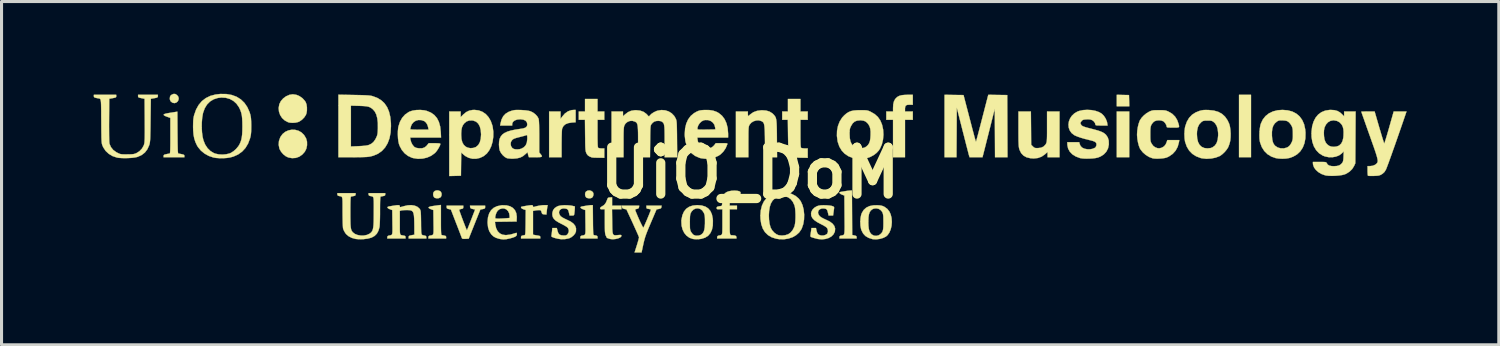
<source format=kicad_pcb>
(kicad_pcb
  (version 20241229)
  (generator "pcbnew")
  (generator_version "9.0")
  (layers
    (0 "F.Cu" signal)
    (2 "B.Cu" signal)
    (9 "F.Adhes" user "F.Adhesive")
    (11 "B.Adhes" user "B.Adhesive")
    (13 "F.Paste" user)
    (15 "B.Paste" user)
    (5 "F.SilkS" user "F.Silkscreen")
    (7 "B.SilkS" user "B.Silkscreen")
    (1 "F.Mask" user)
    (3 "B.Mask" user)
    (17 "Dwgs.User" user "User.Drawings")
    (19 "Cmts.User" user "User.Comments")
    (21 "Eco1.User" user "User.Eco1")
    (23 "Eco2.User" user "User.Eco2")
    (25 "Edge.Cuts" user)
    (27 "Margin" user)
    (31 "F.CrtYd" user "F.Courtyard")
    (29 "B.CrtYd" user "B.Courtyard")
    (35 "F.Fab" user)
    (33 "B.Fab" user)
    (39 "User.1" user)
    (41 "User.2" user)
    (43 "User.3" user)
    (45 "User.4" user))
  (footprint "UiO_DoM"
    (layer "F.Cu")
    (at 21.358 2.576)
    (property "Reference" "UiO_DoM" (at 0 0 0) (layer "F.SilkS") (effects (font (size 1.524 1.524) (thickness 0.3))))
    (attr through_hole)
    (fp_poly (pts (xy 12.344 -0.508) (xy 11.938 -0.508) (xy 11.938 -1.998) (xy 12.344 -1.998) (xy 12.344 -0.508)) (stroke (width 0.01) (type solid)) (fill yes) (layer "F.SilkS"))
    (fp_poly (pts (xy 16.307 -0.508) (xy 15.917 -0.508) (xy 15.917 -2.54) (xy 16.307 -2.54) (xy 16.307 -0.508)) (stroke (width 0.01) (type solid)) (fill yes) (layer "F.SilkS"))
    (fp_poly (pts (xy 12.137 -2.536) (xy 12.336 -2.532) (xy 12.341 -2.349) (xy 12.346 -2.167) (xy 11.938 -2.167) (xy 11.938 -2.541) (xy 12.137 -2.536)) (stroke (width 0.01) (type solid)) (fill yes) (layer "F.SilkS"))
    (fp_poly (pts (xy -10.143 0.572) (xy -10.087 0.593) (xy -10.059 0.618) (xy -10.037 0.667) (xy -10.036 0.725) (xy -10.056 0.777) (xy -10.074 0.798) (xy -10.127 0.823) (xy -10.19 0.829) (xy -10.248 0.816) (xy -10.279 0.796) (xy -10.305 0.748) (xy -10.312 0.688) (xy -10.297 0.63) (xy -10.296 0.627) (xy -10.258 0.589) (xy -10.204 0.571) (xy -10.143 0.572)) (stroke (width 0.01) (type solid)) (fill yes) (layer "F.SilkS"))
    (fp_poly (pts (xy -18.698 -2.565) (xy -18.645 -2.53) (xy -18.605 -2.479) (xy -18.592 -2.423) (xy -18.602 -2.367) (xy -18.631 -2.319) (xy -18.675 -2.285) (xy -18.729 -2.27) (xy -18.789 -2.281) (xy -18.804 -2.289) (xy -18.856 -2.331) (xy -18.879 -2.389) (xy -18.881 -2.415) (xy -18.875 -2.478) (xy -18.854 -2.518) (xy -18.813 -2.548) (xy -18.812 -2.549) (xy -18.751 -2.571) (xy -18.698 -2.565)) (stroke (width 0.01) (type solid)) (fill yes) (layer "F.SilkS"))
    (fp_poly (pts (xy -5.165 0.587) (xy -5.119 0.62) (xy -5.096 0.66) (xy -5.094 0.716) (xy -5.111 0.771) (xy -5.142 0.809) (xy -5.148 0.813) (xy -5.204 0.829) (xy -5.266 0.826) (xy -5.319 0.808) (xy -5.334 0.796) (xy -5.36 0.749) (xy -5.367 0.688) (xy -5.353 0.63) (xy -5.351 0.627) (xy -5.324 0.6) (xy -5.282 0.578) (xy -5.281 0.577) (xy -5.223 0.571) (xy -5.165 0.587)) (stroke (width 0.01) (type solid)) (fill yes) (layer "F.SilkS"))
    (fp_poly (pts (xy -5.673 -1.647) (xy -5.798 -1.638) (xy -5.915 -1.619) (xy -6.006 -1.582) (xy -6.07 -1.525) (xy -6.11 -1.448) (xy -6.113 -1.438) (xy -6.118 -1.406) (xy -6.122 -1.345) (xy -6.125 -1.26) (xy -6.128 -1.158) (xy -6.129 -1.043) (xy -6.13 -0.944) (xy -6.13 -0.508) (xy -6.536 -0.508) (xy -6.536 -1.998) (xy -6.164 -1.998) (xy -6.164 -1.756) (xy -6.111 -1.83) (xy -6.023 -1.932) (xy -5.923 -2.002) (xy -5.812 -2.041) (xy -5.729 -2.049) (xy -5.673 -2.049) (xy -5.673 -1.647)) (stroke (width 0.01) (type solid)) (fill yes) (layer "F.SilkS"))
    (fp_poly (pts (xy 5.3 -2.218) (xy 5.2 -2.218) (xy 5.126 -2.214) (xy 5.08 -2.196) (xy 5.055 -2.161) (xy 5.046 -2.102) (xy 5.046 -2.082) (xy 5.046 -1.998) (xy 5.3 -1.998) (xy 5.3 -1.727) (xy 5.046 -1.727) (xy 5.046 -0.508) (xy 4.657 -0.508) (xy 4.657 -1.727) (xy 4.437 -1.727) (xy 4.437 -1.998) (xy 4.657 -1.998) (xy 4.657 -2.109) (xy 4.663 -2.228) (xy 4.685 -2.322) (xy 4.723 -2.397) (xy 4.758 -2.438) (xy 4.81 -2.481) (xy 4.871 -2.51) (xy 4.947 -2.529) (xy 5.045 -2.538) (xy 5.138 -2.54) (xy 5.3 -2.54) (xy 5.3 -2.218)) (stroke (width 0.01) (type solid)) (fill yes) (layer "F.SilkS"))
    (fp_poly (pts (xy -14.802 -1.4) (xy -14.695 -1.371) (xy -14.597 -1.316) (xy -14.513 -1.234) (xy -14.509 -1.228) (xy -14.447 -1.124) (xy -14.416 -1.015) (xy -14.415 -0.9) (xy -14.438 -0.787) (xy -14.487 -0.689) (xy -14.567 -0.599) (xy -14.568 -0.597) (xy -14.668 -0.527) (xy -14.781 -0.487) (xy -14.902 -0.479) (xy -15.026 -0.502) (xy -15.109 -0.542) (xy -15.19 -0.607) (xy -15.259 -0.687) (xy -15.308 -0.774) (xy -15.316 -0.795) (xy -15.338 -0.915) (xy -15.329 -1.038) (xy -15.287 -1.156) (xy -15.28 -1.17) (xy -15.211 -1.265) (xy -15.123 -1.336) (xy -15.022 -1.382) (xy -14.913 -1.404) (xy -14.802 -1.4)) (stroke (width 0.01) (type solid)) (fill yes) (layer "F.SilkS"))
    (fp_poly (pts (xy -14.767 -2.541) (xy -14.661 -2.497) (xy -14.564 -2.429) (xy -14.486 -2.343) (xy -14.456 -2.295) (xy -14.431 -2.222) (xy -14.419 -2.131) (xy -14.419 -2.034) (xy -14.432 -1.945) (xy -14.452 -1.888) (xy -14.507 -1.804) (xy -14.581 -1.729) (xy -14.662 -1.673) (xy -14.707 -1.654) (xy -14.792 -1.634) (xy -14.887 -1.628) (xy -14.976 -1.634) (xy -15.031 -1.648) (xy -15.139 -1.705) (xy -15.226 -1.784) (xy -15.29 -1.882) (xy -15.328 -1.992) (xy -15.339 -2.109) (xy -15.318 -2.228) (xy -15.316 -2.237) (xy -15.266 -2.337) (xy -15.19 -2.424) (xy -15.096 -2.493) (xy -14.991 -2.539) (xy -14.882 -2.557) (xy -14.876 -2.557) (xy -14.767 -2.541)) (stroke (width 0.01) (type solid)) (fill yes) (layer "F.SilkS"))
    (fp_poly (pts (xy 1.643 -1.998) (xy 1.88 -1.998) (xy 1.88 -1.727) (xy 1.643 -1.727) (xy 1.643 -1.282) (xy 1.643 -1.134) (xy 1.645 -1.017) (xy 1.647 -0.93) (xy 1.651 -0.868) (xy 1.657 -0.831) (xy 1.663 -0.816) (xy 1.69 -0.805) (xy 1.739 -0.798) (xy 1.781 -0.796) (xy 1.88 -0.796) (xy 1.88 -0.491) (xy 1.681 -0.492) (xy 1.597 -0.494) (xy 1.521 -0.499) (xy 1.461 -0.505) (xy 1.431 -0.511) (xy 1.351 -0.557) (xy 1.29 -0.628) (xy 1.273 -0.66) (xy 1.265 -0.684) (xy 1.258 -0.717) (xy 1.253 -0.763) (xy 1.249 -0.827) (xy 1.245 -0.912) (xy 1.243 -1.021) (xy 1.24 -1.16) (xy 1.239 -1.223) (xy 1.233 -1.727) (xy 1.05 -1.727) (xy 1.05 -1.998) (xy 1.236 -1.998) (xy 1.236 -2.405) (xy 1.643 -2.405) (xy 1.643 -1.998)) (stroke (width 0.01) (type solid)) (fill yes) (layer "F.SilkS"))
    (fp_poly (pts (xy -4.961 -1.998) (xy -4.741 -1.998) (xy -4.741 -1.727) (xy -4.961 -1.727) (xy -4.961 -1.282) (xy -4.961 -1.134) (xy -4.959 -1.017) (xy -4.957 -0.93) (xy -4.953 -0.868) (xy -4.947 -0.831) (xy -4.941 -0.816) (xy -4.914 -0.805) (xy -4.865 -0.797) (xy -4.831 -0.796) (xy -4.741 -0.796) (xy -4.741 -0.491) (xy -4.932 -0.492) (xy -5.011 -0.494) (xy -5.079 -0.496) (xy -5.127 -0.5) (xy -5.148 -0.503) (xy -5.222 -0.534) (xy -5.272 -0.567) (xy -5.307 -0.61) (xy -5.324 -0.642) (xy -5.334 -0.666) (xy -5.342 -0.692) (xy -5.348 -0.723) (xy -5.353 -0.764) (xy -5.357 -0.819) (xy -5.36 -0.893) (xy -5.362 -0.988) (xy -5.363 -1.111) (xy -5.365 -1.223) (xy -5.37 -1.727) (xy -5.571 -1.727) (xy -5.571 -1.998) (xy -5.368 -1.998) (xy -5.368 -2.405) (xy -4.961 -2.405) (xy -4.961 -1.998)) (stroke (width 0.01) (type solid)) (fill yes) (layer "F.SilkS"))
    (fp_poly (pts (xy 3.323 1.299) (xy 3.327 2.022) (xy 3.399 2.037) (xy 3.445 2.049) (xy 3.466 2.065) (xy 3.471 2.092) (xy 3.471 2.134) (xy 2.913 2.134) (xy 2.913 2.093) (xy 2.92 2.062) (xy 2.948 2.045) (xy 2.968 2.041) (xy 2.997 2.036) (xy 3.021 2.031) (xy 3.04 2.025) (xy 3.055 2.013) (xy 3.065 1.992) (xy 3.073 1.959) (xy 3.077 1.911) (xy 3.08 1.844) (xy 3.081 1.756) (xy 3.08 1.642) (xy 3.079 1.501) (xy 3.078 1.375) (xy 3.073 0.738) (xy 2.997 0.709) (xy 2.951 0.688) (xy 2.921 0.664) (xy 2.916 0.654) (xy 2.914 0.63) (xy 2.916 0.627) (xy 2.934 0.624) (xy 2.977 0.616) (xy 3.038 0.606) (xy 3.065 0.601) (xy 3.138 0.589) (xy 3.206 0.58) (xy 3.255 0.576) (xy 3.264 0.576) (xy 3.319 0.576) (xy 3.323 1.299)) (stroke (width 0.01) (type solid)) (fill yes) (layer "F.SilkS"))
    (fp_poly (pts (xy -10.058 1.531) (xy -10.058 1.679) (xy -10.057 1.797) (xy -10.055 1.887) (xy -10.052 1.951) (xy -10.048 1.993) (xy -10.042 2.016) (xy -10.037 2.023) (xy -10.007 2.03) (xy -9.961 2.038) (xy -9.953 2.04) (xy -9.91 2.051) (xy -9.892 2.069) (xy -9.889 2.092) (xy -9.889 2.134) (xy -10.465 2.134) (xy -10.465 2.093) (xy -10.457 2.062) (xy -10.429 2.045) (xy -10.41 2.041) (xy -10.374 2.034) (xy -10.346 2.028) (xy -10.326 2.018) (xy -10.312 2.001) (xy -10.303 1.971) (xy -10.298 1.925) (xy -10.297 1.859) (xy -10.297 1.769) (xy -10.299 1.65) (xy -10.299 1.612) (xy -10.304 1.212) (xy -10.38 1.184) (xy -10.437 1.158) (xy -10.461 1.134) (xy -10.451 1.114) (xy -10.407 1.096) (xy -10.36 1.086) (xy -10.282 1.074) (xy -10.2 1.062) (xy -10.156 1.056) (xy -10.058 1.045) (xy -10.058 1.531)) (stroke (width 0.01) (type solid)) (fill yes) (layer "F.SilkS"))
    (fp_poly (pts (xy -5.11 1.536) (xy -5.109 1.677) (xy -5.107 1.788) (xy -5.105 1.873) (xy -5.103 1.934) (xy -5.1 1.976) (xy -5.095 2.003) (xy -5.089 2.019) (xy -5.081 2.026) (xy -5.072 2.028) (xy -5.012 2.039) (xy -4.979 2.05) (xy -4.964 2.068) (xy -4.961 2.092) (xy -4.961 2.134) (xy -5.52 2.134) (xy -5.52 2.093) (xy -5.513 2.062) (xy -5.485 2.045) (xy -5.465 2.041) (xy -5.429 2.034) (xy -5.401 2.028) (xy -5.381 2.018) (xy -5.367 2.001) (xy -5.358 1.971) (xy -5.354 1.925) (xy -5.352 1.859) (xy -5.353 1.769) (xy -5.354 1.65) (xy -5.355 1.612) (xy -5.359 1.212) (xy -5.436 1.184) (xy -5.49 1.158) (xy -5.515 1.132) (xy -5.511 1.11) (xy -5.475 1.095) (xy -5.466 1.093) (xy -5.418 1.085) (xy -5.353 1.074) (xy -5.31 1.067) (xy -5.246 1.058) (xy -5.189 1.051) (xy -5.162 1.05) (xy -5.114 1.05) (xy -5.11 1.536)) (stroke (width 0.01) (type solid)) (fill yes) (layer "F.SilkS"))
    (fp_poly (pts (xy 9.148 -1.457) (xy 9.152 -0.915) (xy 9.208 -0.86) (xy 9.241 -0.829) (xy 9.272 -0.813) (xy 9.313 -0.806) (xy 9.37 -0.806) (xy 9.475 -0.819) (xy 9.557 -0.857) (xy 9.618 -0.92) (xy 9.636 -0.949) (xy 9.645 -0.97) (xy 9.653 -0.994) (xy 9.659 -1.024) (xy 9.663 -1.065) (xy 9.666 -1.121) (xy 9.668 -1.196) (xy 9.669 -1.295) (xy 9.669 -1.42) (xy 9.669 -1.506) (xy 9.669 -1.998) (xy 10.075 -1.998) (xy 10.075 -0.508) (xy 9.686 -0.508) (xy 9.686 -0.68) (xy 9.601 -0.604) (xy 9.494 -0.529) (xy 9.373 -0.484) (xy 9.236 -0.469) (xy 9.124 -0.477) (xy 9.001 -0.507) (xy 8.903 -0.562) (xy 8.827 -0.642) (xy 8.775 -0.746) (xy 8.765 -0.778) (xy 8.757 -0.81) (xy 8.751 -0.85) (xy 8.746 -0.902) (xy 8.743 -0.968) (xy 8.74 -1.053) (xy 8.739 -1.161) (xy 8.738 -1.295) (xy 8.738 -1.436) (xy 8.738 -1.998) (xy 9.143 -1.998) (xy 9.148 -1.457)) (stroke (width 0.01) (type solid)) (fill yes) (layer "F.SilkS"))
    (fp_poly (pts (xy -18.631 -1.309) (xy -18.629 -1.136) (xy -18.628 -0.995) (xy -18.626 -0.881) (xy -18.624 -0.793) (xy -18.622 -0.726) (xy -18.618 -0.68) (xy -18.614 -0.649) (xy -18.609 -0.633) (xy -18.603 -0.627) (xy -18.602 -0.627) (xy -18.572 -0.623) (xy -18.523 -0.614) (xy -18.492 -0.608) (xy -18.441 -0.595) (xy -18.415 -0.581) (xy -18.407 -0.559) (xy -18.407 -0.549) (xy -18.407 -0.508) (xy -19.084 -0.508) (xy -19.084 -0.549) (xy -19.079 -0.574) (xy -19.061 -0.591) (xy -19.019 -0.603) (xy -18.998 -0.608) (xy -18.944 -0.619) (xy -18.902 -0.625) (xy -18.888 -0.627) (xy -18.882 -0.631) (xy -18.876 -0.645) (xy -18.872 -0.672) (xy -18.869 -0.716) (xy -18.867 -0.779) (xy -18.865 -0.865) (xy -18.864 -0.977) (xy -18.864 -1.118) (xy -18.864 -1.208) (xy -18.864 -1.789) (xy -18.975 -1.828) (xy -19.037 -1.853) (xy -19.071 -1.873) (xy -19.081 -1.892) (xy -19.08 -1.894) (xy -19.071 -1.907) (xy -19.044 -1.919) (xy -18.995 -1.932) (xy -18.921 -1.946) (xy -18.855 -1.957) (xy -18.635 -1.992) (xy -18.631 -1.309)) (stroke (width 0.01) (type solid)) (fill yes) (layer "F.SilkS"))
    (fp_poly (pts (xy -4.487 1.067) (xy -4.183 1.067) (xy -4.183 1.185) (xy -4.489 1.185) (xy -4.484 1.585) (xy -4.482 1.721) (xy -4.48 1.827) (xy -4.475 1.906) (xy -4.467 1.962) (xy -4.453 1.999) (xy -4.433 2.021) (xy -4.404 2.03) (xy -4.365 2.031) (xy -4.315 2.027) (xy -4.297 2.025) (xy -4.236 2.02) (xy -4.202 2.021) (xy -4.187 2.029) (xy -4.183 2.045) (xy -4.183 2.05) (xy -4.198 2.083) (xy -4.24 2.112) (xy -4.301 2.135) (xy -4.374 2.152) (xy -4.45 2.159) (xy -4.523 2.156) (xy -4.58 2.143) (xy -4.623 2.127) (xy -4.65 2.118) (xy -4.653 2.117) (xy -4.663 2.103) (xy -4.68 2.067) (xy -4.691 2.045) (xy -4.702 2.018) (xy -4.71 1.989) (xy -4.715 1.952) (xy -4.72 1.901) (xy -4.722 1.833) (xy -4.723 1.743) (xy -4.724 1.625) (xy -4.724 1.579) (xy -4.724 1.185) (xy -4.801 1.185) (xy -4.848 1.183) (xy -4.871 1.174) (xy -4.877 1.154) (xy -4.877 1.152) (xy -4.86 1.118) (xy -4.822 1.095) (xy -4.746 1.046) (xy -4.689 0.971) (xy -4.656 0.894) (xy -4.637 0.843) (xy -4.62 0.815) (xy -4.595 0.804) (xy -4.556 0.799) (xy -4.487 0.794) (xy -4.487 1.067)) (stroke (width 0.01) (type solid)) (fill yes) (layer "F.SilkS"))
    (fp_poly (pts (xy 0.525 -2.028) (xy 0.636 -1.995) (xy 0.726 -1.939) (xy 0.75 -1.917) (xy 0.78 -1.886) (xy 0.805 -1.856) (xy 0.825 -1.826) (xy 0.841 -1.79) (xy 0.852 -1.746) (xy 0.861 -1.69) (xy 0.867 -1.618) (xy 0.871 -1.526) (xy 0.874 -1.411) (xy 0.876 -1.269) (xy 0.877 -1.113) (xy 0.882 -0.508) (xy 0.495 -0.508) (xy 0.488 -1.029) (xy 0.486 -1.188) (xy 0.483 -1.316) (xy 0.479 -1.418) (xy 0.473 -1.497) (xy 0.465 -1.556) (xy 0.454 -1.6) (xy 0.44 -1.631) (xy 0.421 -1.654) (xy 0.397 -1.671) (xy 0.373 -1.685) (xy 0.293 -1.708) (xy 0.205 -1.706) (xy 0.118 -1.68) (xy 0.043 -1.633) (xy -0.012 -1.568) (xy -0.012 -1.566) (xy -0.023 -1.546) (xy -0.032 -1.525) (xy -0.038 -1.499) (xy -0.043 -1.464) (xy -0.046 -1.417) (xy -0.049 -1.352) (xy -0.05 -1.267) (xy -0.05 -1.156) (xy -0.051 -1.015) (xy -0.051 -1.003) (xy -0.051 -0.508) (xy -0.457 -0.508) (xy -0.457 -1.998) (xy -0.068 -1.998) (xy -0.068 -1.922) (xy -0.066 -1.876) (xy -0.062 -1.849) (xy -0.06 -1.846) (xy -0.045 -1.856) (xy -0.013 -1.883) (xy 0.012 -1.905) (xy 0.112 -1.975) (xy 0.233 -2.019) (xy 0.371 -2.037) (xy 0.389 -2.038) (xy 0.525 -2.028)) (stroke (width 0.01) (type solid)) (fill yes) (layer "F.SilkS"))
    (fp_poly (pts (xy -9.33 1.115) (xy -9.334 1.147) (xy -9.351 1.164) (xy -9.392 1.174) (xy -9.399 1.175) (xy -9.447 1.188) (xy -9.463 1.206) (xy -9.463 1.209) (xy -9.453 1.241) (xy -9.434 1.296) (xy -9.408 1.367) (xy -9.378 1.45) (xy -9.345 1.538) (xy -9.312 1.625) (xy -9.28 1.707) (xy -9.252 1.778) (xy -9.23 1.832) (xy -9.216 1.863) (xy -9.212 1.869) (xy -9.204 1.851) (xy -9.185 1.807) (xy -9.158 1.74) (xy -9.125 1.656) (xy -9.087 1.56) (xy -9.074 1.527) (xy -8.945 1.194) (xy -9.023 1.176) (xy -9.072 1.162) (xy -9.097 1.145) (xy -9.106 1.118) (xy -9.107 1.113) (xy -9.112 1.067) (xy -8.619 1.067) (xy -8.619 1.115) (xy -8.622 1.145) (xy -8.639 1.162) (xy -8.676 1.174) (xy -8.697 1.178) (xy -8.775 1.194) (xy -8.965 1.668) (xy -9.154 2.142) (xy -9.259 2.147) (xy -9.319 2.148) (xy -9.353 2.144) (xy -9.371 2.132) (xy -9.376 2.122) (xy -9.385 2.098) (xy -9.404 2.048) (xy -9.432 1.974) (xy -9.467 1.882) (xy -9.508 1.776) (xy -9.553 1.66) (xy -9.56 1.643) (xy -9.733 1.194) (xy -9.802 1.178) (xy -9.847 1.165) (xy -9.867 1.147) (xy -9.872 1.117) (xy -9.872 1.114) (xy -9.872 1.067) (xy -9.33 1.067) (xy -9.33 1.115)) (stroke (width 0.01) (type solid)) (fill yes) (layer "F.SilkS"))
    (fp_poly (pts (xy 6.642 -2.536) (xy 6.951 -2.532) (xy 7.132 -1.837) (xy 7.181 -1.651) (xy 7.221 -1.495) (xy 7.255 -1.367) (xy 7.283 -1.263) (xy 7.304 -1.182) (xy 7.321 -1.121) (xy 7.334 -1.077) (xy 7.343 -1.047) (xy 7.349 -1.029) (xy 7.354 -1.02) (xy 7.357 -1.019) (xy 7.358 -1.019) (xy 7.364 -1.037) (xy 7.377 -1.083) (xy 7.396 -1.156) (xy 7.422 -1.251) (xy 7.452 -1.366) (xy 7.486 -1.496) (xy 7.523 -1.638) (xy 7.544 -1.72) (xy 7.583 -1.87) (xy 7.62 -2.012) (xy 7.653 -2.142) (xy 7.683 -2.256) (xy 7.707 -2.351) (xy 7.726 -2.422) (xy 7.737 -2.466) (xy 7.74 -2.477) (xy 7.757 -2.541) (xy 8.065 -2.536) (xy 8.374 -2.532) (xy 8.378 -1.52) (xy 8.382 -0.508) (xy 7.976 -0.508) (xy 7.972 -1.297) (xy 7.967 -2.086) (xy 7.782 -1.352) (xy 7.743 -1.198) (xy 7.706 -1.052) (xy 7.673 -0.919) (xy 7.643 -0.801) (xy 7.618 -0.703) (xy 7.599 -0.628) (xy 7.586 -0.579) (xy 7.582 -0.563) (xy 7.568 -0.508) (xy 7.148 -0.508) (xy 7.131 -0.563) (xy 7.123 -0.59) (xy 7.108 -0.647) (xy 7.087 -0.73) (xy 7.06 -0.834) (xy 7.028 -0.957) (xy 6.993 -1.095) (xy 6.955 -1.245) (xy 6.922 -1.372) (xy 6.731 -2.125) (xy 6.727 -1.317) (xy 6.722 -0.508) (xy 6.333 -0.508) (xy 6.333 -2.541) (xy 6.642 -2.536)) (stroke (width 0.01) (type solid)) (fill yes) (layer "F.SilkS"))
    (fp_poly (pts (xy -8.829 -2.033) (xy -8.706 -1.987) (xy -8.598 -1.913) (xy -8.507 -1.812) (xy -8.435 -1.687) (xy -8.383 -1.539) (xy -8.374 -1.499) (xy -8.352 -1.337) (xy -8.354 -1.175) (xy -8.376 -1.017) (xy -8.419 -0.87) (xy -8.481 -0.741) (xy -8.56 -0.634) (xy -8.572 -0.622) (xy -8.675 -0.54) (xy -8.791 -0.486) (xy -8.913 -0.459) (xy -9.036 -0.461) (xy -9.156 -0.491) (xy -9.266 -0.549) (xy -9.311 -0.585) (xy -9.397 -0.663) (xy -9.406 0.093) (xy -9.597 0.098) (xy -9.787 0.103) (xy -9.787 -1.233) (xy -9.398 -1.233) (xy -9.389 -1.099) (xy -9.361 -0.992) (xy -9.314 -0.91) (xy -9.247 -0.85) (xy -9.183 -0.82) (xy -9.099 -0.804) (xy -9.007 -0.811) (xy -8.924 -0.839) (xy -8.917 -0.843) (xy -8.844 -0.905) (xy -8.792 -0.994) (xy -8.761 -1.109) (xy -8.751 -1.251) (xy -8.751 -1.254) (xy -8.762 -1.395) (xy -8.793 -1.512) (xy -8.843 -1.602) (xy -8.912 -1.665) (xy -9 -1.7) (xy -9.039 -1.706) (xy -9.141 -1.703) (xy -9.225 -1.673) (xy -9.297 -1.613) (xy -9.303 -1.606) (xy -9.344 -1.548) (xy -9.373 -1.481) (xy -9.39 -1.398) (xy -9.397 -1.293) (xy -9.398 -1.233) (xy -9.787 -1.233) (xy -9.787 -1.998) (xy -9.415 -1.998) (xy -9.415 -1.814) (xy -9.326 -1.903) (xy -9.235 -1.978) (xy -9.137 -2.025) (xy -9.025 -2.047) (xy -8.964 -2.049) (xy -8.829 -2.033)) (stroke (width 0.01) (type solid)) (fill yes) (layer "F.SilkS"))
    (fp_poly (pts (xy -6.593 1.096) (xy -6.6 1.138) (xy -6.608 1.199) (xy -6.613 1.25) (xy -6.624 1.356) (xy -6.694 1.351) (xy -6.739 1.345) (xy -6.764 1.329) (xy -6.779 1.293) (xy -6.783 1.278) (xy -6.798 1.235) (xy -6.816 1.216) (xy -6.851 1.212) (xy -6.868 1.212) (xy -6.932 1.216) (xy -6.996 1.225) (xy -6.998 1.226) (xy -7.061 1.238) (xy -7.061 2.012) (xy -7.015 2.021) (xy -6.967 2.03) (xy -6.909 2.039) (xy -6.896 2.041) (xy -6.85 2.051) (xy -6.829 2.066) (xy -6.824 2.092) (xy -6.824 2.093) (xy -6.824 2.134) (xy -7.451 2.134) (xy -7.451 2.092) (xy -7.447 2.066) (xy -7.431 2.049) (xy -7.396 2.038) (xy -7.341 2.028) (xy -7.33 2.025) (xy -7.322 2.017) (xy -7.316 2.001) (xy -7.311 1.971) (xy -7.308 1.924) (xy -7.306 1.856) (xy -7.304 1.763) (xy -7.302 1.641) (xy -7.302 1.615) (xy -7.298 1.208) (xy -7.367 1.187) (xy -7.415 1.166) (xy -7.446 1.14) (xy -7.451 1.115) (xy -7.446 1.107) (xy -7.426 1.101) (xy -7.382 1.091) (xy -7.321 1.08) (xy -7.254 1.069) (xy -7.189 1.059) (xy -7.134 1.052) (xy -7.099 1.05) (xy -7.069 1.059) (xy -7.061 1.086) (xy -7.055 1.111) (xy -7.032 1.11) (xy -6.956 1.087) (xy -6.862 1.068) (xy -6.766 1.054) (xy -6.692 1.05) (xy -6.584 1.05) (xy -6.593 1.096)) (stroke (width 0.01) (type solid)) (fill yes) (layer "F.SilkS"))
    (fp_poly (pts (xy -12.89 -2.535) (xy -12.736 -2.532) (xy -12.611 -2.529) (xy -12.512 -2.525) (xy -12.435 -2.521) (xy -12.374 -2.515) (xy -12.327 -2.508) (xy -12.289 -2.499) (xy -12.285 -2.498) (xy -12.131 -2.441) (xy -12 -2.362) (xy -11.893 -2.262) (xy -11.809 -2.139) (xy -11.747 -1.992) (xy -11.706 -1.82) (xy -11.686 -1.622) (xy -11.684 -1.519) (xy -11.696 -1.311) (xy -11.732 -1.126) (xy -11.792 -0.964) (xy -11.875 -0.826) (xy -11.98 -0.712) (xy -12.108 -0.622) (xy -12.259 -0.558) (xy -12.353 -0.534) (xy -12.405 -0.525) (xy -12.471 -0.518) (xy -12.557 -0.514) (xy -12.666 -0.511) (xy -12.802 -0.509) (xy -12.933 -0.508) (xy -13.394 -0.508) (xy -13.394 -0.858) (xy -12.988 -0.858) (xy -12.738 -0.869) (xy -12.614 -0.876) (xy -12.513 -0.886) (xy -12.44 -0.898) (xy -12.413 -0.905) (xy -12.322 -0.948) (xy -12.251 -1.008) (xy -12.192 -1.091) (xy -12.173 -1.129) (xy -12.149 -1.179) (xy -12.133 -1.222) (xy -12.123 -1.266) (xy -12.116 -1.322) (xy -12.112 -1.398) (xy -12.11 -1.451) (xy -12.111 -1.629) (xy -12.129 -1.778) (xy -12.162 -1.901) (xy -12.212 -1.999) (xy -12.279 -2.074) (xy -12.28 -2.075) (xy -12.325 -2.109) (xy -12.369 -2.135) (xy -12.419 -2.154) (xy -12.481 -2.166) (xy -12.561 -2.174) (xy -12.667 -2.179) (xy -12.721 -2.181) (xy -12.988 -2.188) (xy -12.988 -0.858) (xy -13.394 -0.858) (xy -13.394 -2.544) (xy -12.89 -2.535)) (stroke (width 0.01) (type solid)) (fill yes) (layer "F.SilkS"))
    (fp_poly (pts (xy 4.222 1.058) (xy 4.281 1.068) (xy 4.33 1.083) (xy 4.381 1.108) (xy 4.472 1.175) (xy 4.541 1.265) (xy 4.579 1.35) (xy 4.609 1.471) (xy 4.618 1.597) (xy 4.608 1.723) (xy 4.58 1.84) (xy 4.536 1.945) (xy 4.476 2.029) (xy 4.424 2.074) (xy 4.336 2.117) (xy 4.23 2.148) (xy 4.12 2.163) (xy 4.019 2.161) (xy 3.988 2.156) (xy 3.86 2.115) (xy 3.759 2.055) (xy 3.683 1.973) (xy 3.63 1.869) (xy 3.615 1.822) (xy 3.596 1.715) (xy 3.591 1.596) (xy 3.591 1.592) (xy 3.852 1.592) (xy 3.856 1.72) (xy 3.867 1.82) (xy 3.888 1.897) (xy 3.919 1.956) (xy 3.962 2.004) (xy 3.965 2.006) (xy 4.032 2.042) (xy 4.108 2.051) (xy 4.184 2.034) (xy 4.233 2.005) (xy 4.273 1.968) (xy 4.302 1.932) (xy 4.321 1.889) (xy 4.334 1.835) (xy 4.341 1.762) (xy 4.343 1.664) (xy 4.343 1.6) (xy 4.342 1.489) (xy 4.339 1.405) (xy 4.33 1.343) (xy 4.316 1.296) (xy 4.294 1.257) (xy 4.262 1.222) (xy 4.244 1.204) (xy 4.183 1.169) (xy 4.109 1.155) (xy 4.033 1.163) (xy 3.982 1.185) (xy 3.933 1.226) (xy 3.896 1.279) (xy 3.872 1.351) (xy 3.858 1.445) (xy 3.853 1.567) (xy 3.852 1.592) (xy 3.591 1.592) (xy 3.598 1.477) (xy 3.619 1.369) (xy 3.64 1.308) (xy 3.701 1.208) (xy 3.785 1.132) (xy 3.891 1.081) (xy 4.021 1.056) (xy 4.14 1.053) (xy 4.222 1.058)) (stroke (width 0.01) (type solid)) (fill yes) (layer "F.SilkS"))
    (fp_poly (pts (xy -1.57 1.062) (xy -1.452 1.098) (xy -1.358 1.158) (xy -1.287 1.243) (xy -1.238 1.354) (xy -1.211 1.49) (xy -1.206 1.555) (xy -1.209 1.714) (xy -1.237 1.849) (xy -1.288 1.96) (xy -1.362 2.047) (xy -1.46 2.109) (xy -1.582 2.147) (xy -1.67 2.158) (xy -1.744 2.16) (xy -1.816 2.156) (xy -1.862 2.15) (xy -1.971 2.111) (xy -2.064 2.044) (xy -2.139 1.954) (xy -2.193 1.844) (xy -2.225 1.718) (xy -2.231 1.609) (xy -1.956 1.609) (xy -1.955 1.706) (xy -1.954 1.777) (xy -1.95 1.827) (xy -1.943 1.864) (xy -1.932 1.894) (xy -1.916 1.923) (xy -1.882 1.972) (xy -1.844 2.011) (xy -1.832 2.02) (xy -1.765 2.044) (xy -1.687 2.045) (xy -1.613 2.024) (xy -1.595 2.015) (xy -1.546 1.976) (xy -1.51 1.925) (xy -1.486 1.856) (xy -1.471 1.766) (xy -1.465 1.649) (xy -1.465 1.6) (xy -1.465 1.505) (xy -1.468 1.436) (xy -1.474 1.385) (xy -1.484 1.344) (xy -1.499 1.306) (xy -1.502 1.3) (xy -1.552 1.224) (xy -1.617 1.175) (xy -1.69 1.154) (xy -1.765 1.16) (xy -1.836 1.193) (xy -1.896 1.253) (xy -1.922 1.296) (xy -1.936 1.327) (xy -1.945 1.362) (xy -1.951 1.408) (xy -1.954 1.471) (xy -1.956 1.558) (xy -1.956 1.609) (xy -2.231 1.609) (xy -2.232 1.578) (xy -2.228 1.519) (xy -2.199 1.377) (xy -2.148 1.261) (xy -2.075 1.17) (xy -1.979 1.104) (xy -1.861 1.064) (xy -1.721 1.05) (xy -1.71 1.05) (xy -1.57 1.062)) (stroke (width 0.01) (type solid)) (fill yes) (layer "F.SilkS"))
    (fp_poly (pts (xy -7.923 1.058) (xy -7.809 1.087) (xy -7.717 1.14) (xy -7.648 1.216) (xy -7.605 1.312) (xy -7.589 1.429) (xy -7.59 1.468) (xy -7.595 1.583) (xy -7.948 1.588) (xy -8.3 1.592) (xy -8.289 1.681) (xy -8.26 1.805) (xy -8.211 1.901) (xy -8.142 1.97) (xy -8.054 2.012) (xy -7.946 2.026) (xy -7.82 2.012) (xy -7.772 2.001) (xy -7.707 1.983) (xy -7.653 1.967) (xy -7.618 1.956) (xy -7.616 1.955) (xy -7.595 1.953) (xy -7.587 1.974) (xy -7.586 1.996) (xy -7.592 2.03) (xy -7.614 2.058) (xy -7.655 2.083) (xy -7.72 2.107) (xy -7.814 2.134) (xy -7.818 2.135) (xy -7.929 2.158) (xy -8.024 2.165) (xy -8.117 2.155) (xy -8.17 2.144) (xy -8.269 2.112) (xy -8.345 2.07) (xy -8.411 2.009) (xy -8.42 1.998) (xy -8.484 1.899) (xy -8.523 1.778) (xy -8.539 1.634) (xy -8.539 1.592) (xy -8.526 1.446) (xy -8.292 1.446) (xy -8.288 1.476) (xy -8.286 1.479) (xy -8.26 1.486) (xy -8.205 1.489) (xy -8.124 1.488) (xy -8.02 1.483) (xy -7.963 1.479) (xy -7.823 1.468) (xy -7.823 1.402) (xy -7.837 1.315) (xy -7.874 1.242) (xy -7.929 1.188) (xy -7.999 1.159) (xy -8.064 1.157) (xy -8.147 1.181) (xy -8.209 1.229) (xy -8.244 1.283) (xy -8.267 1.339) (xy -8.284 1.397) (xy -8.292 1.446) (xy -8.526 1.446) (xy -8.525 1.443) (xy -8.487 1.317) (xy -8.425 1.216) (xy -8.34 1.138) (xy -8.231 1.085) (xy -8.099 1.057) (xy -8.058 1.053) (xy -7.923 1.058)) (stroke (width 0.01) (type solid)) (fill yes) (layer "F.SilkS"))
    (fp_poly (pts (xy 1.232 0.648) (xy 1.367 0.689) (xy 1.487 0.752) (xy 1.586 0.836) (xy 1.654 0.926) (xy 1.711 1.053) (xy 1.748 1.199) (xy 1.764 1.356) (xy 1.76 1.515) (xy 1.735 1.667) (xy 1.688 1.804) (xy 1.675 1.832) (xy 1.602 1.939) (xy 1.504 2.026) (xy 1.386 2.094) (xy 1.252 2.139) (xy 1.106 2.161) (xy 0.952 2.158) (xy 0.851 2.142) (xy 0.707 2.096) (xy 0.587 2.025) (xy 0.49 1.931) (xy 0.417 1.812) (xy 0.368 1.67) (xy 0.343 1.504) (xy 0.339 1.399) (xy 0.34 1.38) (xy 0.615 1.38) (xy 0.62 1.522) (xy 0.638 1.656) (xy 0.669 1.77) (xy 0.678 1.793) (xy 0.727 1.875) (xy 0.793 1.948) (xy 0.869 2.003) (xy 0.937 2.03) (xy 1.039 2.041) (xy 1.148 2.029) (xy 1.247 1.997) (xy 1.248 1.996) (xy 1.324 1.942) (xy 1.39 1.862) (xy 1.441 1.761) (xy 1.453 1.727) (xy 1.467 1.658) (xy 1.477 1.565) (xy 1.482 1.459) (xy 1.482 1.348) (xy 1.477 1.24) (xy 1.468 1.146) (xy 1.454 1.074) (xy 1.449 1.059) (xy 1.395 0.942) (xy 1.326 0.855) (xy 1.241 0.795) (xy 1.141 0.762) (xy 1.023 0.753) (xy 0.913 0.775) (xy 0.815 0.827) (xy 0.735 0.904) (xy 0.679 1) (xy 0.644 1.109) (xy 0.623 1.239) (xy 0.615 1.38) (xy 0.34 1.38) (xy 0.352 1.221) (xy 0.39 1.066) (xy 0.452 0.934) (xy 0.539 0.824) (xy 0.65 0.739) (xy 0.785 0.677) (xy 0.936 0.641) (xy 1.086 0.631) (xy 1.232 0.648)) (stroke (width 0.01) (type solid)) (fill yes) (layer "F.SilkS"))
    (fp_poly (pts (xy -0.413 0.584) (xy -0.377 0.591) (xy -0.331 0.607) (xy -0.31 0.626) (xy -0.305 0.653) (xy -0.306 0.673) (xy -0.315 0.685) (xy -0.338 0.692) (xy -0.382 0.694) (xy -0.446 0.694) (xy -0.533 0.697) (xy -0.593 0.708) (xy -0.631 0.732) (xy -0.651 0.776) (xy -0.659 0.845) (xy -0.66 0.915) (xy -0.66 1.067) (xy -0.423 1.067) (xy -0.423 1.185) (xy -0.66 1.185) (xy -0.66 1.598) (xy -0.66 1.731) (xy -0.66 1.833) (xy -0.658 1.909) (xy -0.653 1.963) (xy -0.646 1.998) (xy -0.634 2.019) (xy -0.617 2.029) (xy -0.594 2.032) (xy -0.565 2.032) (xy -0.562 2.032) (xy -0.493 2.038) (xy -0.454 2.057) (xy -0.44 2.091) (xy -0.44 2.093) (xy -0.44 2.134) (xy -1.067 2.134) (xy -1.067 2.093) (xy -1.059 2.062) (xy -1.031 2.045) (xy -1.012 2.041) (xy -0.976 2.034) (xy -0.949 2.028) (xy -0.929 2.019) (xy -0.915 2.001) (xy -0.905 1.972) (xy -0.9 1.927) (xy -0.898 1.862) (xy -0.897 1.773) (xy -0.897 1.656) (xy -0.897 1.599) (xy -0.897 1.185) (xy -0.991 1.185) (xy -1.044 1.184) (xy -1.072 1.178) (xy -1.082 1.164) (xy -1.084 1.144) (xy -1.081 1.122) (xy -1.067 1.106) (xy -1.038 1.095) (xy -0.985 1.085) (xy -0.931 1.078) (xy -0.918 1.069) (xy -0.909 1.041) (xy -0.902 0.989) (xy -0.897 0.923) (xy -0.887 0.821) (xy -0.868 0.746) (xy -0.838 0.691) (xy -0.791 0.647) (xy -0.756 0.625) (xy -0.687 0.599) (xy -0.598 0.583) (xy -0.502 0.577) (xy -0.413 0.584)) (stroke (width 0.01) (type solid)) (fill yes) (layer "F.SilkS"))
    (fp_poly (pts (xy -3.61 1.113) (xy -3.621 1.147) (xy -3.651 1.165) (xy -3.671 1.17) (xy -3.712 1.181) (xy -3.737 1.191) (xy -3.737 1.192) (xy -3.734 1.21) (xy -3.719 1.254) (xy -3.693 1.318) (xy -3.659 1.399) (xy -3.619 1.491) (xy -3.616 1.499) (xy -3.574 1.591) (xy -3.536 1.669) (xy -3.505 1.73) (xy -3.482 1.77) (xy -3.47 1.783) (xy -3.47 1.783) (xy -3.458 1.762) (xy -3.436 1.717) (xy -3.408 1.654) (xy -3.375 1.578) (xy -3.34 1.496) (xy -3.306 1.413) (xy -3.274 1.335) (xy -3.248 1.269) (xy -3.23 1.22) (xy -3.223 1.194) (xy -3.223 1.191) (xy -3.244 1.184) (xy -3.285 1.175) (xy -3.301 1.173) (xy -3.345 1.165) (xy -3.365 1.15) (xy -3.37 1.122) (xy -3.37 1.115) (xy -3.37 1.067) (xy -2.876 1.067) (xy -2.882 1.113) (xy -2.89 1.143) (xy -2.91 1.16) (xy -2.954 1.172) (xy -2.964 1.174) (xy -3.04 1.188) (xy -3.229 1.631) (xy -3.287 1.767) (xy -3.333 1.878) (xy -3.369 1.97) (xy -3.397 2.048) (xy -3.42 2.119) (xy -3.439 2.188) (xy -3.457 2.261) (xy -3.473 2.333) (xy -3.528 2.591) (xy -3.755 2.591) (xy -3.681 2.358) (xy -3.655 2.273) (xy -3.633 2.197) (xy -3.618 2.138) (xy -3.611 2.102) (xy -3.611 2.097) (xy -3.619 2.074) (xy -3.639 2.025) (xy -3.67 1.954) (xy -3.71 1.865) (xy -3.757 1.761) (xy -3.808 1.648) (xy -3.817 1.628) (xy -4.02 1.189) (xy -4.088 1.174) (xy -4.134 1.161) (xy -4.155 1.142) (xy -4.162 1.113) (xy -4.168 1.067) (xy -3.605 1.067) (xy -3.61 1.113)) (stroke (width 0.01) (type solid)) (fill yes) (layer "F.SilkS"))
    (fp_poly (pts (xy 14.912 -2.046) (xy 14.932 -2.045) (xy 15.098 -2.027) (xy 15.241 -1.986) (xy 15.361 -1.921) (xy 15.46 -1.831) (xy 15.542 -1.714) (xy 15.598 -1.594) (xy 15.621 -1.508) (xy 15.637 -1.4) (xy 15.645 -1.282) (xy 15.643 -1.163) (xy 15.633 -1.056) (xy 15.621 -1) (xy 15.601 -0.93) (xy 15.576 -0.863) (xy 15.559 -0.824) (xy 15.513 -0.754) (xy 15.451 -0.68) (xy 15.38 -0.612) (xy 15.311 -0.56) (xy 15.287 -0.546) (xy 15.156 -0.496) (xy 15.009 -0.467) (xy 14.858 -0.458) (xy 14.715 -0.473) (xy 14.669 -0.483) (xy 14.522 -0.539) (xy 14.396 -0.62) (xy 14.294 -0.725) (xy 14.217 -0.854) (xy 14.164 -1.004) (xy 14.158 -1.03) (xy 14.145 -1.127) (xy 14.14 -1.241) (xy 14.141 -1.268) (xy 14.546 -1.268) (xy 14.555 -1.122) (xy 14.584 -1.003) (xy 14.633 -0.911) (xy 14.701 -0.847) (xy 14.79 -0.808) (xy 14.889 -0.797) (xy 14.992 -0.807) (xy 15.054 -0.83) (xy 15.132 -0.888) (xy 15.189 -0.973) (xy 15.224 -1.084) (xy 15.238 -1.22) (xy 15.237 -1.3) (xy 15.222 -1.43) (xy 15.189 -1.533) (xy 15.137 -1.613) (xy 15.091 -1.656) (xy 15.058 -1.679) (xy 15.024 -1.693) (xy 14.982 -1.7) (xy 14.919 -1.702) (xy 14.892 -1.702) (xy 14.821 -1.701) (xy 14.774 -1.696) (xy 14.739 -1.685) (xy 14.708 -1.666) (xy 14.687 -1.649) (xy 14.62 -1.577) (xy 14.575 -1.482) (xy 14.551 -1.363) (xy 14.546 -1.268) (xy 14.141 -1.268) (xy 14.144 -1.358) (xy 14.156 -1.464) (xy 14.166 -1.512) (xy 14.219 -1.664) (xy 14.292 -1.789) (xy 14.387 -1.89) (xy 14.506 -1.967) (xy 14.635 -2.018) (xy 14.698 -2.034) (xy 14.757 -2.044) (xy 14.825 -2.047) (xy 14.912 -2.046)) (stroke (width 0.01) (type solid)) (fill yes) (layer "F.SilkS"))
    (fp_poly (pts (xy 17.502 -2.035) (xy 17.653 -1.995) (xy 17.782 -1.928) (xy 17.889 -1.837) (xy 17.974 -1.72) (xy 18.035 -1.581) (xy 18.071 -1.418) (xy 18.081 -1.311) (xy 18.077 -1.128) (xy 18.047 -0.965) (xy 17.991 -0.822) (xy 17.911 -0.701) (xy 17.807 -0.603) (xy 17.679 -0.528) (xy 17.551 -0.483) (xy 17.45 -0.466) (xy 17.332 -0.46) (xy 17.214 -0.465) (xy 17.111 -0.481) (xy 17.11 -0.481) (xy 16.966 -0.532) (xy 16.841 -0.61) (xy 16.738 -0.713) (xy 16.658 -0.839) (xy 16.604 -0.986) (xy 16.593 -1.031) (xy 16.582 -1.118) (xy 16.58 -1.211) (xy 16.988 -1.211) (xy 16.998 -1.091) (xy 17.019 -0.999) (xy 17.053 -0.928) (xy 17.097 -0.877) (xy 17.178 -0.825) (xy 17.274 -0.798) (xy 17.375 -0.797) (xy 17.47 -0.822) (xy 17.502 -0.838) (xy 17.556 -0.878) (xy 17.598 -0.933) (xy 17.622 -0.978) (xy 17.644 -1.024) (xy 17.657 -1.065) (xy 17.665 -1.11) (xy 17.669 -1.169) (xy 17.669 -1.251) (xy 17.669 -1.262) (xy 17.668 -1.349) (xy 17.664 -1.412) (xy 17.656 -1.459) (xy 17.642 -1.5) (xy 17.629 -1.529) (xy 17.593 -1.587) (xy 17.549 -1.639) (xy 17.529 -1.656) (xy 17.491 -1.681) (xy 17.451 -1.696) (xy 17.397 -1.704) (xy 17.341 -1.707) (xy 17.271 -1.709) (xy 17.224 -1.705) (xy 17.189 -1.694) (xy 17.154 -1.673) (xy 17.084 -1.613) (xy 17.034 -1.54) (xy 17.002 -1.448) (xy 16.988 -1.335) (xy 16.988 -1.211) (xy 16.58 -1.211) (xy 16.579 -1.225) (xy 16.584 -1.34) (xy 16.595 -1.452) (xy 16.612 -1.549) (xy 16.627 -1.6) (xy 16.691 -1.736) (xy 16.78 -1.849) (xy 16.891 -1.937) (xy 17.024 -2) (xy 17.176 -2.038) (xy 17.332 -2.049) (xy 17.502 -2.035)) (stroke (width 0.01) (type solid)) (fill yes) (layer "F.SilkS"))
    (fp_poly (pts (xy 3.683 -2.04) (xy 3.75 -2.038) (xy 3.8 -2.034) (xy 3.841 -2.025) (xy 3.879 -2.011) (xy 3.925 -1.99) (xy 3.931 -1.987) (xy 4.062 -1.911) (xy 4.165 -1.817) (xy 4.244 -1.702) (xy 4.301 -1.563) (xy 4.301 -1.561) (xy 4.335 -1.405) (xy 4.344 -1.243) (xy 4.33 -1.083) (xy 4.294 -0.931) (xy 4.235 -0.795) (xy 4.196 -0.732) (xy 4.12 -0.649) (xy 4.022 -0.575) (xy 3.912 -0.516) (xy 3.822 -0.485) (xy 3.709 -0.466) (xy 3.584 -0.459) (xy 3.461 -0.465) (xy 3.355 -0.484) (xy 3.355 -0.484) (xy 3.21 -0.539) (xy 3.087 -0.62) (xy 2.987 -0.725) (xy 2.91 -0.854) (xy 2.858 -1.005) (xy 2.852 -1.031) (xy 2.83 -1.203) (xy 2.831 -1.263) (xy 3.243 -1.263) (xy 3.249 -1.132) (xy 3.27 -1.027) (xy 3.307 -0.944) (xy 3.362 -0.876) (xy 3.428 -0.826) (xy 3.492 -0.803) (xy 3.573 -0.795) (xy 3.659 -0.803) (xy 3.737 -0.826) (xy 3.782 -0.852) (xy 3.838 -0.903) (xy 3.877 -0.961) (xy 3.904 -1.034) (xy 3.919 -1.128) (xy 3.925 -1.224) (xy 3.926 -1.342) (xy 3.916 -1.435) (xy 3.894 -1.51) (xy 3.858 -1.575) (xy 3.832 -1.61) (xy 3.774 -1.664) (xy 3.708 -1.696) (xy 3.623 -1.709) (xy 3.586 -1.71) (xy 3.485 -1.7) (xy 3.407 -1.669) (xy 3.344 -1.613) (xy 3.294 -1.533) (xy 3.27 -1.484) (xy 3.255 -1.441) (xy 3.247 -1.395) (xy 3.243 -1.335) (xy 3.243 -1.263) (xy 2.831 -1.263) (xy 2.834 -1.37) (xy 2.865 -1.528) (xy 2.921 -1.672) (xy 3 -1.798) (xy 3.068 -1.871) (xy 3.141 -1.934) (xy 3.212 -1.979) (xy 3.288 -2.01) (xy 3.375 -2.029) (xy 3.482 -2.038) (xy 3.59 -2.04) (xy 3.683 -2.04)) (stroke (width 0.01) (type solid)) (fill yes) (layer "F.SilkS"))
    (fp_poly (pts (xy 20.48 -1.481) (xy 20.518 -1.354) (xy 20.552 -1.238) (xy 20.583 -1.137) (xy 20.609 -1.055) (xy 20.628 -0.995) (xy 20.64 -0.962) (xy 20.643 -0.956) (xy 20.65 -0.97) (xy 20.665 -1.013) (xy 20.687 -1.08) (xy 20.714 -1.169) (xy 20.746 -1.276) (xy 20.781 -1.396) (xy 20.803 -1.473) (xy 20.951 -1.998) (xy 21.368 -1.998) (xy 21.303 -1.808) (xy 21.241 -1.627) (xy 21.178 -1.444) (xy 21.114 -1.26) (xy 21.051 -1.079) (xy 20.99 -0.905) (xy 20.931 -0.739) (xy 20.877 -0.586) (xy 20.827 -0.448) (xy 20.784 -0.328) (xy 20.747 -0.23) (xy 20.719 -0.157) (xy 20.701 -0.111) (xy 20.696 -0.102) (xy 20.652 -0.031) (xy 20.597 0.021) (xy 20.567 0.042) (xy 20.527 0.065) (xy 20.49 0.08) (xy 20.447 0.09) (xy 20.39 0.095) (xy 20.308 0.099) (xy 20.305 0.099) (xy 20.23 0.1) (xy 20.168 0.099) (xy 20.126 0.096) (xy 20.113 0.092) (xy 20.107 0.07) (xy 20.103 0.023) (xy 20.1 -0.041) (xy 20.1 -0.071) (xy 20.1 -0.22) (xy 20.177 -0.22) (xy 20.268 -0.231) (xy 20.346 -0.263) (xy 20.393 -0.3) (xy 20.409 -0.32) (xy 20.421 -0.339) (xy 20.428 -0.363) (xy 20.431 -0.392) (xy 20.427 -0.43) (xy 20.417 -0.481) (xy 20.4 -0.545) (xy 20.375 -0.627) (xy 20.341 -0.73) (xy 20.298 -0.855) (xy 20.244 -1.006) (xy 20.181 -1.186) (xy 20.169 -1.218) (xy 20.115 -1.371) (xy 20.064 -1.514) (xy 20.018 -1.645) (xy 19.978 -1.759) (xy 19.944 -1.854) (xy 19.919 -1.926) (xy 19.903 -1.973) (xy 19.897 -1.991) (xy 19.897 -1.991) (xy 19.913 -1.994) (xy 19.956 -1.996) (xy 20.021 -1.997) (xy 20.1 -1.998) (xy 20.113 -1.998) (xy 20.33 -1.998) (xy 20.48 -1.481)) (stroke (width 0.01) (type solid)) (fill yes) (layer "F.SilkS"))
    (fp_poly (pts (xy -10.6 -2.036) (xy -10.518 -2.017) (xy -10.384 -1.961) (xy -10.274 -1.883) (xy -10.187 -1.782) (xy -10.124 -1.657) (xy -10.082 -1.506) (xy -10.063 -1.333) (xy -10.054 -1.151) (xy -11.06 -1.151) (xy -11.049 -1.079) (xy -11.024 -0.993) (xy -10.982 -0.912) (xy -10.93 -0.851) (xy -10.918 -0.84) (xy -10.861 -0.814) (xy -10.777 -0.8) (xy -10.764 -0.799) (xy -10.671 -0.801) (xy -10.599 -0.823) (xy -10.537 -0.868) (xy -10.504 -0.906) (xy -10.456 -0.965) (xy -10.266 -0.965) (xy -10.179 -0.964) (xy -10.122 -0.961) (xy -10.089 -0.955) (xy -10.076 -0.946) (xy -10.075 -0.943) (xy -10.085 -0.902) (xy -10.112 -0.846) (xy -10.149 -0.781) (xy -10.191 -0.717) (xy -10.234 -0.665) (xy -10.252 -0.646) (xy -10.371 -0.559) (xy -10.507 -0.498) (xy -10.654 -0.464) (xy -10.807 -0.457) (xy -10.96 -0.481) (xy -11.003 -0.493) (xy -11.125 -0.549) (xy -11.235 -0.633) (xy -11.327 -0.741) (xy -11.397 -0.869) (xy -11.424 -0.94) (xy -11.442 -1.023) (xy -11.455 -1.127) (xy -11.46 -1.243) (xy -11.459 -1.357) (xy -11.453 -1.419) (xy -11.057 -1.419) (xy -11.041 -1.415) (xy -10.997 -1.411) (xy -10.929 -1.408) (xy -10.844 -1.406) (xy -10.759 -1.405) (xy -10.46 -1.405) (xy -10.472 -1.477) (xy -10.496 -1.559) (xy -10.537 -1.63) (xy -10.589 -1.678) (xy -10.598 -1.684) (xy -10.694 -1.717) (xy -10.788 -1.721) (xy -10.875 -1.698) (xy -10.95 -1.649) (xy -11.007 -1.579) (xy -11.032 -1.52) (xy -11.046 -1.469) (xy -11.056 -1.431) (xy -11.057 -1.419) (xy -11.453 -1.419) (xy -11.45 -1.458) (xy -11.44 -1.511) (xy -11.39 -1.664) (xy -11.317 -1.794) (xy -11.223 -1.899) (xy -11.109 -1.978) (xy -11.078 -1.994) (xy -10.976 -2.027) (xy -10.855 -2.045) (xy -10.726 -2.048) (xy -10.6 -2.036)) (stroke (width 0.01) (type solid)) (fill yes) (layer "F.SilkS"))
    (fp_poly (pts (xy -1.322 -2.044) (xy -1.202 -2.026) (xy -1.096 -1.99) (xy -1.012 -1.944) (xy -0.909 -1.859) (xy -0.826 -1.748) (xy -0.765 -1.615) (xy -0.726 -1.461) (xy -0.712 -1.29) (xy -0.711 -1.274) (xy -0.711 -1.151) (xy -1.71 -1.151) (xy -1.71 -1.113) (xy -1.695 -1.022) (xy -1.656 -0.934) (xy -1.597 -0.862) (xy -1.54 -0.821) (xy -1.48 -0.803) (xy -1.404 -0.797) (xy -1.325 -0.803) (xy -1.263 -0.819) (xy -1.217 -0.848) (xy -1.171 -0.891) (xy -1.16 -0.904) (xy -1.114 -0.965) (xy -0.92 -0.965) (xy -0.837 -0.965) (xy -0.782 -0.964) (xy -0.75 -0.96) (xy -0.736 -0.953) (xy -0.734 -0.941) (xy -0.738 -0.927) (xy -0.791 -0.802) (xy -0.867 -0.691) (xy -0.96 -0.6) (xy -1.028 -0.555) (xy -1.16 -0.499) (xy -1.305 -0.467) (xy -1.453 -0.459) (xy -1.594 -0.476) (xy -1.645 -0.49) (xy -1.782 -0.55) (xy -1.897 -0.635) (xy -1.989 -0.744) (xy -2.057 -0.877) (xy -2.102 -1.032) (xy -2.122 -1.209) (xy -2.123 -1.262) (xy -2.111 -1.439) (xy -1.71 -1.439) (xy -1.709 -1.427) (xy -1.702 -1.418) (xy -1.685 -1.412) (xy -1.653 -1.409) (xy -1.601 -1.407) (xy -1.525 -1.408) (xy -1.42 -1.409) (xy -1.418 -1.409) (xy -1.126 -1.414) (xy -1.132 -1.473) (xy -1.156 -1.563) (xy -1.206 -1.636) (xy -1.277 -1.689) (xy -1.362 -1.718) (xy -1.458 -1.72) (xy -1.503 -1.711) (xy -1.572 -1.677) (xy -1.634 -1.619) (xy -1.682 -1.547) (xy -1.708 -1.47) (xy -1.71 -1.439) (xy -2.111 -1.439) (xy -2.111 -1.442) (xy -2.074 -1.601) (xy -2.012 -1.739) (xy -1.927 -1.854) (xy -1.818 -1.945) (xy -1.748 -1.985) (xy -1.692 -2.011) (xy -1.642 -2.028) (xy -1.589 -2.038) (xy -1.521 -2.044) (xy -1.464 -2.046) (xy -1.322 -2.044)) (stroke (width 0.01) (type solid)) (fill yes) (layer "F.SilkS"))
    (fp_poly (pts (xy 2.486 1.055) (xy 2.577 1.062) (xy 2.654 1.074) (xy 2.689 1.084) (xy 2.726 1.101) (xy 2.739 1.122) (xy 2.737 1.162) (xy 2.736 1.166) (xy 2.728 1.223) (xy 2.719 1.289) (xy 2.716 1.308) (xy 2.705 1.389) (xy 2.56 1.389) (xy 2.539 1.3) (xy 2.522 1.235) (xy 2.502 1.195) (xy 2.474 1.173) (xy 2.43 1.162) (xy 2.414 1.159) (xy 2.335 1.16) (xy 2.274 1.184) (xy 2.233 1.225) (xy 2.215 1.279) (xy 2.224 1.339) (xy 2.263 1.4) (xy 2.276 1.414) (xy 2.319 1.446) (xy 2.382 1.482) (xy 2.454 1.516) (xy 2.475 1.525) (xy 2.598 1.585) (xy 2.689 1.654) (xy 2.747 1.73) (xy 2.772 1.814) (xy 2.764 1.906) (xy 2.76 1.919) (xy 2.719 2) (xy 2.652 2.068) (xy 2.563 2.119) (xy 2.458 2.151) (xy 2.342 2.164) (xy 2.22 2.153) (xy 2.203 2.15) (xy 2.139 2.134) (xy 2.068 2.114) (xy 2.045 2.107) (xy 1.996 2.09) (xy 1.973 2.074) (xy 1.967 2.051) (xy 1.971 2.018) (xy 1.979 1.961) (xy 1.989 1.894) (xy 1.991 1.875) (xy 2.002 1.795) (xy 2.148 1.795) (xy 2.169 1.89) (xy 2.191 1.959) (xy 2.223 2.002) (xy 2.273 2.028) (xy 2.323 2.039) (xy 2.389 2.039) (xy 2.454 2.021) (xy 2.504 1.989) (xy 2.522 1.967) (xy 2.539 1.902) (xy 2.529 1.833) (xy 2.505 1.789) (xy 2.475 1.763) (xy 2.423 1.729) (xy 2.357 1.692) (xy 2.312 1.669) (xy 2.186 1.602) (xy 2.092 1.536) (xy 2.029 1.468) (xy 1.995 1.397) (xy 1.989 1.32) (xy 1.998 1.272) (xy 2.034 1.199) (xy 2.096 1.135) (xy 2.176 1.087) (xy 2.235 1.067) (xy 2.303 1.057) (xy 2.391 1.053) (xy 2.486 1.055)) (stroke (width 0.01) (type solid)) (fill yes) (layer "F.SilkS"))
    (fp_poly (pts (xy -5.946 1.054) (xy -5.846 1.062) (xy -5.783 1.073) (xy -5.698 1.093) (xy -5.701 1.169) (xy -5.706 1.237) (xy -5.714 1.306) (xy -5.715 1.317) (xy -5.723 1.362) (xy -5.737 1.382) (xy -5.768 1.388) (xy -5.798 1.389) (xy -5.87 1.389) (xy -5.891 1.297) (xy -5.908 1.233) (xy -5.929 1.195) (xy -5.962 1.173) (xy -6.015 1.16) (xy -6.016 1.16) (xy -6.093 1.158) (xy -6.154 1.18) (xy -6.196 1.221) (xy -6.216 1.274) (xy -6.209 1.334) (xy -6.174 1.395) (xy -6.157 1.414) (xy -6.114 1.446) (xy -6.05 1.482) (xy -5.979 1.516) (xy -5.959 1.525) (xy -5.837 1.584) (xy -5.747 1.65) (xy -5.688 1.724) (xy -5.66 1.807) (xy -5.662 1.901) (xy -5.664 1.909) (xy -5.69 1.972) (xy -5.74 2.034) (xy -5.806 2.089) (xy -5.878 2.127) (xy -5.893 2.132) (xy -6.02 2.156) (xy -6.152 2.158) (xy -6.248 2.144) (xy -6.343 2.121) (xy -6.408 2.1) (xy -6.446 2.082) (xy -6.462 2.063) (xy -6.462 2.052) (xy -6.457 2.021) (xy -6.45 1.968) (xy -6.443 1.909) (xy -6.432 1.795) (xy -6.286 1.795) (xy -6.262 1.892) (xy -6.238 1.961) (xy -6.202 2.006) (xy -6.147 2.03) (xy -6.067 2.039) (xy -6.056 2.039) (xy -6.002 2.037) (xy -5.966 2.023) (xy -5.934 1.994) (xy -5.934 1.993) (xy -5.9 1.93) (xy -5.896 1.861) (xy -5.923 1.796) (xy -5.929 1.788) (xy -5.959 1.761) (xy -6.012 1.727) (xy -6.079 1.689) (xy -6.123 1.667) (xy -6.238 1.607) (xy -6.324 1.552) (xy -6.382 1.496) (xy -6.417 1.437) (xy -6.432 1.37) (xy -6.431 1.303) (xy -6.407 1.216) (xy -6.354 1.145) (xy -6.274 1.093) (xy -6.225 1.075) (xy -6.148 1.06) (xy -6.051 1.053) (xy -5.946 1.054)) (stroke (width 0.01) (type solid)) (fill yes) (layer "F.SilkS"))
    (fp_poly (pts (xy -2.76 -2.036) (xy -2.647 -2) (xy -2.547 -1.938) (xy -2.466 -1.854) (xy -2.42 -1.774) (xy -2.409 -1.75) (xy -2.4 -1.726) (xy -2.393 -1.698) (xy -2.388 -1.664) (xy -2.384 -1.619) (xy -2.381 -1.559) (xy -2.379 -1.481) (xy -2.377 -1.38) (xy -2.375 -1.253) (xy -2.374 -1.096) (xy -2.368 -0.508) (xy -2.777 -0.508) (xy -2.777 -1.025) (xy -2.777 -1.181) (xy -2.778 -1.307) (xy -2.78 -1.406) (xy -2.784 -1.483) (xy -2.791 -1.54) (xy -2.8 -1.583) (xy -2.812 -1.613) (xy -2.829 -1.636) (xy -2.849 -1.655) (xy -2.865 -1.667) (xy -2.914 -1.686) (xy -2.98 -1.693) (xy -3.05 -1.688) (xy -3.11 -1.671) (xy -3.115 -1.668) (xy -3.158 -1.637) (xy -3.199 -1.594) (xy -3.203 -1.588) (xy -3.214 -1.571) (xy -3.223 -1.554) (xy -3.23 -1.532) (xy -3.235 -1.501) (xy -3.239 -1.458) (xy -3.242 -1.398) (xy -3.244 -1.318) (xy -3.246 -1.214) (xy -3.247 -1.08) (xy -3.248 -1.02) (xy -3.253 -0.508) (xy -3.641 -0.508) (xy -3.641 -1.017) (xy -3.641 -1.176) (xy -3.642 -1.304) (xy -3.645 -1.406) (xy -3.65 -1.485) (xy -3.657 -1.544) (xy -3.668 -1.588) (xy -3.682 -1.619) (xy -3.7 -1.641) (xy -3.724 -1.658) (xy -3.74 -1.667) (xy -3.824 -1.693) (xy -3.908 -1.69) (xy -3.986 -1.659) (xy -4.05 -1.605) (xy -4.082 -1.553) (xy -4.091 -1.53) (xy -4.099 -1.503) (xy -4.104 -1.47) (xy -4.108 -1.425) (xy -4.111 -1.365) (xy -4.113 -1.285) (xy -4.114 -1.181) (xy -4.114 -1.049) (xy -4.114 -0.995) (xy -4.115 -0.508) (xy -4.504 -0.508) (xy -4.504 -1.998) (xy -4.132 -1.998) (xy -4.132 -1.842) (xy -4.062 -1.905) (xy -3.967 -1.977) (xy -3.868 -2.02) (xy -3.756 -2.038) (xy -3.708 -2.04) (xy -3.575 -2.026) (xy -3.462 -1.986) (xy -3.37 -1.919) (xy -3.345 -1.893) (xy -3.312 -1.855) (xy -3.292 -1.84) (xy -3.278 -1.844) (xy -3.263 -1.863) (xy -3.209 -1.918) (xy -3.132 -1.97) (xy -3.043 -2.012) (xy -3.007 -2.024) (xy -2.882 -2.045) (xy -2.76 -2.036)) (stroke (width 0.01) (type solid)) (fill yes) (layer "F.SilkS"))
    (fp_poly (pts (xy 13.4 -2.04) (xy 13.466 -2.037) (xy 13.515 -2.032) (xy 13.555 -2.021) (xy 13.597 -2.005) (xy 13.623 -1.993) (xy 13.743 -1.922) (xy 13.836 -1.831) (xy 13.905 -1.718) (xy 13.947 -1.6) (xy 13.961 -1.548) (xy 13.967 -1.512) (xy 13.959 -1.49) (xy 13.934 -1.478) (xy 13.887 -1.474) (xy 13.812 -1.473) (xy 13.767 -1.473) (xy 13.68 -1.474) (xy 13.621 -1.476) (xy 13.586 -1.48) (xy 13.569 -1.488) (xy 13.564 -1.499) (xy 13.564 -1.5) (xy 13.551 -1.553) (xy 13.52 -1.611) (xy 13.478 -1.66) (xy 13.455 -1.678) (xy 13.389 -1.703) (xy 13.308 -1.711) (xy 13.227 -1.702) (xy 13.162 -1.677) (xy 13.12 -1.641) (xy 13.08 -1.59) (xy 13.069 -1.571) (xy 13.053 -1.539) (xy 13.043 -1.506) (xy 13.036 -1.466) (xy 13.032 -1.411) (xy 13.03 -1.335) (xy 13.03 -1.262) (xy 13.03 -1.167) (xy 13.032 -1.099) (xy 13.036 -1.051) (xy 13.043 -1.015) (xy 13.055 -0.984) (xy 13.073 -0.952) (xy 13.078 -0.942) (xy 13.128 -0.876) (xy 13.188 -0.833) (xy 13.197 -0.829) (xy 13.266 -0.803) (xy 13.325 -0.799) (xy 13.39 -0.815) (xy 13.411 -0.823) (xy 13.48 -0.865) (xy 13.531 -0.929) (xy 13.563 -1.003) (xy 13.583 -1.067) (xy 13.973 -1.067) (xy 13.961 -0.995) (xy 13.921 -0.85) (xy 13.853 -0.724) (xy 13.759 -0.619) (xy 13.639 -0.536) (xy 13.564 -0.5) (xy 13.503 -0.484) (xy 13.419 -0.471) (xy 13.325 -0.464) (xy 13.231 -0.462) (xy 13.149 -0.467) (xy 13.102 -0.475) (xy 12.991 -0.517) (xy 12.882 -0.584) (xy 12.786 -0.668) (xy 12.711 -0.762) (xy 12.692 -0.794) (xy 12.658 -0.879) (xy 12.63 -0.985) (xy 12.609 -1.102) (xy 12.599 -1.217) (xy 12.598 -1.253) (xy 12.605 -1.366) (xy 12.622 -1.484) (xy 12.649 -1.596) (xy 12.682 -1.689) (xy 12.693 -1.713) (xy 12.746 -1.792) (xy 12.821 -1.871) (xy 12.908 -1.942) (xy 12.993 -1.992) (xy 13.039 -2.012) (xy 13.08 -2.026) (xy 13.124 -2.035) (xy 13.178 -2.039) (xy 13.253 -2.04) (xy 13.31 -2.04) (xy 13.4 -2.04)) (stroke (width 0.01) (type solid)) (fill yes) (layer "F.SilkS"))
    (fp_poly (pts (xy -17.038 -2.565) (xy -16.862 -2.534) (xy -16.706 -2.476) (xy -16.569 -2.39) (xy -16.453 -2.278) (xy -16.359 -2.14) (xy -16.286 -1.977) (xy -16.261 -1.895) (xy -16.248 -1.835) (xy -16.239 -1.765) (xy -16.234 -1.677) (xy -16.231 -1.565) (xy -16.231 -1.524) (xy -16.232 -1.415) (xy -16.235 -1.332) (xy -16.241 -1.265) (xy -16.25 -1.206) (xy -16.264 -1.147) (xy -16.271 -1.122) (xy -16.334 -0.954) (xy -16.42 -0.81) (xy -16.529 -0.692) (xy -16.66 -0.598) (xy -16.813 -0.53) (xy -16.926 -0.5) (xy -17.028 -0.485) (xy -17.146 -0.477) (xy -17.267 -0.478) (xy -17.38 -0.486) (xy -17.463 -0.501) (xy -17.614 -0.552) (xy -17.752 -0.629) (xy -17.871 -0.727) (xy -17.966 -0.842) (xy -17.998 -0.896) (xy -18.049 -1.005) (xy -18.085 -1.117) (xy -18.109 -1.24) (xy -18.121 -1.382) (xy -18.123 -1.478) (xy -17.842 -1.478) (xy -17.834 -1.321) (xy -17.815 -1.176) (xy -17.788 -1.061) (xy -17.732 -0.923) (xy -17.655 -0.805) (xy -17.559 -0.711) (xy -17.448 -0.644) (xy -17.401 -0.626) (xy -17.291 -0.602) (xy -17.169 -0.595) (xy -17.048 -0.605) (xy -16.939 -0.631) (xy -16.894 -0.65) (xy -16.808 -0.704) (xy -16.723 -0.78) (xy -16.651 -0.866) (xy -16.614 -0.926) (xy -16.581 -0.999) (xy -16.556 -1.073) (xy -16.539 -1.155) (xy -16.527 -1.251) (xy -16.521 -1.368) (xy -16.519 -1.512) (xy -16.519 -1.516) (xy -16.521 -1.658) (xy -16.527 -1.774) (xy -16.537 -1.869) (xy -16.555 -1.951) (xy -16.58 -2.027) (xy -16.614 -2.103) (xy -16.632 -2.138) (xy -16.711 -2.251) (xy -16.811 -2.341) (xy -16.929 -2.406) (xy -17.061 -2.444) (xy -17.203 -2.452) (xy -17.315 -2.439) (xy -17.453 -2.395) (xy -17.571 -2.324) (xy -17.668 -2.227) (xy -17.744 -2.104) (xy -17.798 -1.956) (xy -17.805 -1.925) (xy -17.828 -1.79) (xy -17.84 -1.638) (xy -17.842 -1.478) (xy -18.123 -1.478) (xy -18.124 -1.507) (xy -18.122 -1.618) (xy -18.119 -1.705) (xy -18.111 -1.776) (xy -18.099 -1.841) (xy -18.088 -1.885) (xy -18.026 -2.061) (xy -17.942 -2.211) (xy -17.837 -2.335) (xy -17.71 -2.433) (xy -17.562 -2.505) (xy -17.392 -2.55) (xy -17.233 -2.568) (xy -17.038 -2.565)) (stroke (width 0.01) (type solid)) (fill yes) (layer "F.SilkS"))
    (fp_poly (pts (xy 11.116 -2.043) (xy 11.246 -2.018) (xy 11.362 -1.977) (xy 11.449 -1.926) (xy 11.52 -1.854) (xy 11.579 -1.762) (xy 11.618 -1.664) (xy 11.627 -1.62) (xy 11.638 -1.541) (xy 11.441 -1.541) (xy 11.355 -1.542) (xy 11.298 -1.544) (xy 11.264 -1.549) (xy 11.248 -1.557) (xy 11.244 -1.567) (xy 11.229 -1.622) (xy 11.191 -1.676) (xy 11.137 -1.716) (xy 11.132 -1.718) (xy 11.081 -1.736) (xy 11.017 -1.743) (xy 10.952 -1.741) (xy 10.886 -1.736) (xy 10.845 -1.727) (xy 10.816 -1.711) (xy 10.793 -1.687) (xy 10.761 -1.642) (xy 10.757 -1.604) (xy 10.78 -1.563) (xy 10.791 -1.55) (xy 10.811 -1.531) (xy 10.842 -1.514) (xy 10.889 -1.497) (xy 10.955 -1.476) (xy 11.048 -1.452) (xy 11.092 -1.441) (xy 11.229 -1.405) (xy 11.338 -1.374) (xy 11.422 -1.344) (xy 11.488 -1.314) (xy 11.538 -1.282) (xy 11.579 -1.246) (xy 11.59 -1.235) (xy 11.646 -1.151) (xy 11.676 -1.052) (xy 11.68 -0.933) (xy 11.679 -0.919) (xy 11.654 -0.798) (xy 11.599 -0.691) (xy 11.517 -0.602) (xy 11.41 -0.533) (xy 11.323 -0.498) (xy 11.249 -0.482) (xy 11.153 -0.47) (xy 11.046 -0.464) (xy 10.938 -0.463) (xy 10.839 -0.467) (xy 10.76 -0.478) (xy 10.738 -0.483) (xy 10.603 -0.534) (xy 10.493 -0.603) (xy 10.41 -0.689) (xy 10.355 -0.789) (xy 10.331 -0.901) (xy 10.329 -0.934) (xy 10.329 -0.999) (xy 10.715 -0.999) (xy 10.727 -0.953) (xy 10.758 -0.877) (xy 10.81 -0.822) (xy 10.886 -0.786) (xy 10.976 -0.769) (xy 11.065 -0.767) (xy 11.149 -0.782) (xy 11.217 -0.81) (xy 11.245 -0.831) (xy 11.271 -0.877) (xy 11.278 -0.922) (xy 11.273 -0.961) (xy 11.255 -0.991) (xy 11.219 -1.016) (xy 11.161 -1.039) (xy 11.075 -1.062) (xy 11.048 -1.068) (xy 10.901 -1.105) (xy 10.77 -1.143) (xy 10.661 -1.181) (xy 10.578 -1.216) (xy 10.554 -1.229) (xy 10.468 -1.296) (xy 10.409 -1.379) (xy 10.375 -1.472) (xy 10.366 -1.571) (xy 10.38 -1.671) (xy 10.417 -1.768) (xy 10.476 -1.857) (xy 10.556 -1.934) (xy 10.655 -1.993) (xy 10.715 -2.015) (xy 10.842 -2.043) (xy 10.978 -2.051) (xy 11.116 -2.043)) (stroke (width 0.01) (type solid)) (fill yes) (layer "F.SilkS"))
    (fp_poly (pts (xy -11.414 1.055) (xy -11.398 1.07) (xy -11.396 1.084) (xy -11.395 1.104) (xy -11.387 1.114) (xy -11.367 1.113) (xy -11.327 1.103) (xy -11.263 1.084) (xy -11.139 1.056) (xy -11.021 1.05) (xy -10.915 1.066) (xy -10.826 1.103) (xy -10.76 1.159) (xy -10.751 1.171) (xy -10.738 1.19) (xy -10.728 1.21) (xy -10.721 1.235) (xy -10.715 1.27) (xy -10.712 1.319) (xy -10.709 1.388) (xy -10.707 1.481) (xy -10.705 1.602) (xy -10.705 1.621) (xy -10.704 1.746) (xy -10.702 1.843) (xy -10.7 1.914) (xy -10.695 1.963) (xy -10.686 1.996) (xy -10.673 2.016) (xy -10.654 2.027) (xy -10.627 2.033) (xy -10.593 2.04) (xy -10.588 2.041) (xy -10.548 2.054) (xy -10.534 2.078) (xy -10.533 2.093) (xy -10.533 2.134) (xy -11.108 2.134) (xy -11.108 2.092) (xy -11.105 2.067) (xy -11.091 2.051) (xy -11.059 2.039) (xy -11.002 2.027) (xy -10.986 2.024) (xy -10.922 2.014) (xy -10.923 1.748) (xy -10.925 1.599) (xy -10.929 1.48) (xy -10.936 1.388) (xy -10.949 1.32) (xy -10.969 1.272) (xy -10.998 1.24) (xy -11.036 1.222) (xy -11.086 1.213) (xy -11.149 1.211) (xy -11.164 1.211) (xy -11.236 1.212) (xy -11.3 1.216) (xy -11.344 1.222) (xy -11.35 1.224) (xy -11.396 1.237) (xy -11.396 1.625) (xy -11.396 1.75) (xy -11.396 1.846) (xy -11.394 1.917) (xy -11.39 1.966) (xy -11.381 1.998) (xy -11.367 2.017) (xy -11.346 2.027) (xy -11.317 2.033) (xy -11.279 2.039) (xy -11.273 2.04) (xy -11.231 2.051) (xy -11.213 2.069) (xy -11.21 2.092) (xy -11.21 2.134) (xy -11.803 2.134) (xy -11.803 2.093) (xy -11.795 2.062) (xy -11.767 2.045) (xy -11.748 2.041) (xy -11.711 2.034) (xy -11.684 2.028) (xy -11.663 2.018) (xy -11.649 2.001) (xy -11.641 1.971) (xy -11.636 1.925) (xy -11.635 1.859) (xy -11.635 1.769) (xy -11.637 1.65) (xy -11.637 1.612) (xy -11.642 1.212) (xy -11.718 1.184) (xy -11.772 1.158) (xy -11.798 1.132) (xy -11.793 1.11) (xy -11.757 1.095) (xy -11.749 1.093) (xy -11.7 1.085) (xy -11.636 1.074) (xy -11.592 1.067) (xy -11.506 1.054) (xy -11.448 1.05) (xy -11.414 1.055)) (stroke (width 0.01) (type solid)) (fill yes) (layer "F.SilkS"))
    (fp_poly (pts (xy 19.023 -2.041) (xy 19.119 -2.015) (xy 19.203 -1.968) (xy 19.259 -1.918) (xy 19.338 -1.839) (xy 19.338 -1.998) (xy 19.712 -1.998) (xy 19.707 -1.156) (xy 19.702 -0.313) (xy 19.662 -0.224) (xy 19.6 -0.125) (xy 19.512 -0.039) (xy 19.406 0.028) (xy 19.35 0.051) (xy 19.274 0.07) (xy 19.175 0.085) (xy 19.062 0.094) (xy 18.948 0.098) (xy 18.841 0.095) (xy 18.752 0.086) (xy 18.72 0.079) (xy 18.604 0.038) (xy 18.502 -0.022) (xy 18.419 -0.095) (xy 18.359 -0.177) (xy 18.327 -0.265) (xy 18.322 -0.313) (xy 18.322 -0.356) (xy 18.538 -0.356) (xy 18.627 -0.355) (xy 18.688 -0.354) (xy 18.728 -0.35) (xy 18.751 -0.343) (xy 18.763 -0.332) (xy 18.771 -0.319) (xy 18.804 -0.269) (xy 18.854 -0.237) (xy 18.926 -0.221) (xy 19.006 -0.217) (xy 19.104 -0.224) (xy 19.178 -0.244) (xy 19.235 -0.281) (xy 19.277 -0.327) (xy 19.295 -0.357) (xy 19.306 -0.396) (xy 19.314 -0.45) (xy 19.318 -0.53) (xy 19.318 -0.536) (xy 19.324 -0.698) (xy 19.256 -0.629) (xy 19.173 -0.569) (xy 19.07 -0.529) (xy 18.955 -0.509) (xy 18.834 -0.511) (xy 18.715 -0.535) (xy 18.638 -0.565) (xy 18.521 -0.64) (xy 18.426 -0.741) (xy 18.353 -0.864) (xy 18.303 -1.009) (xy 18.277 -1.172) (xy 18.276 -1.29) (xy 18.678 -1.29) (xy 18.683 -1.193) (xy 18.695 -1.106) (xy 18.703 -1.074) (xy 18.736 -0.992) (xy 18.782 -0.932) (xy 18.848 -0.881) (xy 18.915 -0.856) (xy 18.998 -0.847) (xy 19.083 -0.856) (xy 19.157 -0.88) (xy 19.182 -0.895) (xy 19.244 -0.955) (xy 19.286 -1.037) (xy 19.311 -1.143) (xy 19.317 -1.214) (xy 19.32 -1.332) (xy 19.313 -1.425) (xy 19.294 -1.5) (xy 19.262 -1.565) (xy 19.257 -1.573) (xy 19.191 -1.645) (xy 19.105 -1.691) (xy 19.002 -1.71) (xy 18.988 -1.71) (xy 18.896 -1.694) (xy 18.815 -1.649) (xy 18.749 -1.577) (xy 18.702 -1.483) (xy 18.695 -1.458) (xy 18.682 -1.383) (xy 18.678 -1.29) (xy 18.276 -1.29) (xy 18.276 -1.338) (xy 18.297 -1.513) (xy 18.342 -1.665) (xy 18.407 -1.793) (xy 18.493 -1.897) (xy 18.599 -1.975) (xy 18.723 -2.026) (xy 18.864 -2.048) (xy 18.904 -2.049) (xy 19.023 -2.041)) (stroke (width 0.01) (type solid)) (fill yes) (layer "F.SilkS"))
    (fp_poly (pts (xy -12.835 0.702) (xy -12.841 0.731) (xy -12.864 0.746) (xy -12.899 0.754) (xy -12.946 0.763) (xy -12.98 0.77) (xy -12.984 0.771) (xy -12.99 0.781) (xy -12.995 0.808) (xy -12.999 0.854) (xy -13.002 0.923) (xy -13.004 1.017) (xy -13.005 1.14) (xy -13.005 1.278) (xy -13.005 1.434) (xy -13.003 1.559) (xy -13.001 1.658) (xy -12.996 1.736) (xy -12.989 1.795) (xy -12.98 1.84) (xy -12.967 1.875) (xy -12.95 1.904) (xy -12.928 1.931) (xy -12.924 1.936) (xy -12.856 1.988) (xy -12.767 2.023) (xy -12.666 2.04) (xy -12.562 2.039) (xy -12.464 2.019) (xy -12.38 1.98) (xy -12.361 1.967) (xy -12.33 1.939) (xy -12.305 1.91) (xy -12.286 1.875) (xy -12.271 1.83) (xy -12.26 1.771) (xy -12.252 1.695) (xy -12.247 1.598) (xy -12.245 1.476) (xy -12.244 1.326) (xy -12.244 1.267) (xy -12.243 1.125) (xy -12.243 1.013) (xy -12.244 0.928) (xy -12.247 0.865) (xy -12.252 0.821) (xy -12.261 0.793) (xy -12.275 0.776) (xy -12.293 0.766) (xy -12.318 0.76) (xy -12.349 0.755) (xy -12.357 0.753) (xy -12.396 0.74) (xy -12.411 0.716) (xy -12.412 0.701) (xy -12.412 0.66) (xy -11.87 0.66) (xy -11.87 0.702) (xy -11.876 0.731) (xy -11.899 0.746) (xy -11.934 0.754) (xy -11.981 0.763) (xy -12.015 0.77) (xy -12.018 0.771) (xy -12.025 0.781) (xy -12.03 0.809) (xy -12.034 0.857) (xy -12.037 0.928) (xy -12.039 1.025) (xy -12.04 1.152) (xy -12.04 1.225) (xy -12.04 1.35) (xy -12.042 1.469) (xy -12.045 1.575) (xy -12.049 1.664) (xy -12.053 1.73) (xy -12.057 1.762) (xy -12.091 1.882) (xy -12.143 1.978) (xy -12.217 2.052) (xy -12.314 2.106) (xy -12.437 2.14) (xy -12.587 2.158) (xy -12.598 2.159) (xy -12.68 2.16) (xy -12.762 2.157) (xy -12.828 2.151) (xy -12.835 2.15) (xy -12.958 2.116) (xy -13.063 2.062) (xy -13.145 1.991) (xy -13.169 1.958) (xy -13.204 1.901) (xy -13.231 1.843) (xy -13.241 1.815) (xy -13.246 1.781) (xy -13.25 1.717) (xy -13.254 1.628) (xy -13.256 1.519) (xy -13.258 1.394) (xy -13.259 1.267) (xy -13.259 1.125) (xy -13.259 1.013) (xy -13.26 0.928) (xy -13.263 0.865) (xy -13.268 0.821) (xy -13.277 0.793) (xy -13.291 0.776) (xy -13.309 0.766) (xy -13.334 0.76) (xy -13.365 0.755) (xy -13.373 0.753) (xy -13.412 0.74) (xy -13.427 0.716) (xy -13.428 0.701) (xy -13.428 0.66) (xy -12.835 0.66) (xy -12.835 0.702)) (stroke (width 0.01) (type solid)) (fill yes) (layer "F.SilkS"))
    (fp_poly (pts (xy -7.445 -2.045) (xy -7.304 -2.035) (xy -7.196 -2.018) (xy -7.146 -2.005) (xy -7.062 -1.965) (xy -6.985 -1.907) (xy -6.922 -1.839) (xy -6.882 -1.768) (xy -6.877 -1.753) (xy -6.871 -1.714) (xy -6.866 -1.644) (xy -6.862 -1.545) (xy -6.86 -1.421) (xy -6.858 -1.274) (xy -6.858 -1.174) (xy -6.858 -0.663) (xy -6.816 -0.613) (xy -6.785 -0.573) (xy -6.771 -0.545) (xy -6.779 -0.526) (xy -6.81 -0.515) (xy -6.867 -0.51) (xy -6.955 -0.508) (xy -6.983 -0.508) (xy -7.193 -0.508) (xy -7.212 -0.561) (xy -7.225 -0.61) (xy -7.231 -0.65) (xy -7.234 -0.666) (xy -7.247 -0.663) (xy -7.275 -0.64) (xy -7.303 -0.614) (xy -7.386 -0.545) (xy -7.476 -0.499) (xy -7.581 -0.473) (xy -7.696 -0.463) (xy -7.773 -0.463) (xy -7.844 -0.468) (xy -7.896 -0.475) (xy -7.908 -0.478) (xy -7.976 -0.515) (xy -8.043 -0.574) (xy -8.101 -0.646) (xy -8.14 -0.72) (xy -8.146 -0.737) (xy -8.162 -0.823) (xy -8.169 -0.921) (xy -8.168 -0.939) (xy -7.79 -0.939) (xy -7.776 -0.871) (xy -7.739 -0.813) (xy -7.703 -0.786) (xy -7.647 -0.768) (xy -7.574 -0.764) (xy -7.497 -0.771) (xy -7.438 -0.788) (xy -7.354 -0.836) (xy -7.296 -0.901) (xy -7.261 -0.987) (xy -7.248 -1.097) (xy -7.247 -1.119) (xy -7.248 -1.181) (xy -7.252 -1.216) (xy -7.26 -1.23) (xy -7.274 -1.228) (xy -7.277 -1.227) (xy -7.307 -1.217) (xy -7.36 -1.201) (xy -7.424 -1.185) (xy -7.434 -1.182) (xy -7.532 -1.157) (xy -7.603 -1.138) (xy -7.654 -1.122) (xy -7.689 -1.107) (xy -7.714 -1.091) (xy -7.737 -1.071) (xy -7.741 -1.067) (xy -7.779 -1.008) (xy -7.79 -0.939) (xy -8.168 -0.939) (xy -8.164 -1.018) (xy -8.149 -1.098) (xy -8.147 -1.106) (xy -8.111 -1.182) (xy -8.06 -1.245) (xy -7.989 -1.298) (xy -7.895 -1.342) (xy -7.776 -1.378) (xy -7.63 -1.408) (xy -7.476 -1.431) (xy -7.38 -1.447) (xy -7.313 -1.469) (xy -7.272 -1.499) (xy -7.252 -1.542) (xy -7.247 -1.583) (xy -7.262 -1.65) (xy -7.305 -1.7) (xy -7.375 -1.732) (xy -7.47 -1.744) (xy -7.483 -1.744) (xy -7.576 -1.735) (xy -7.652 -1.708) (xy -7.707 -1.667) (xy -7.735 -1.614) (xy -7.739 -1.589) (xy -7.739 -1.541) (xy -8.13 -1.541) (xy -8.119 -1.604) (xy -8.085 -1.736) (xy -8.031 -1.842) (xy -7.954 -1.924) (xy -7.853 -1.986) (xy -7.769 -2.017) (xy -7.712 -2.033) (xy -7.659 -2.043) (xy -7.6 -2.047) (xy -7.525 -2.047) (xy -7.445 -2.045)) (stroke (width 0.01) (type solid)) (fill yes) (layer "F.SilkS"))
    (fp_poly (pts (xy -20.625 -2.498) (xy -20.626 -2.477) (xy -20.634 -2.462) (xy -20.655 -2.451) (xy -20.696 -2.441) (xy -20.762 -2.428) (xy -20.777 -2.426) (xy -20.853 -2.412) (xy -20.858 -1.712) (xy -20.859 -1.523) (xy -20.858 -1.357) (xy -20.857 -1.217) (xy -20.855 -1.103) (xy -20.852 -1.018) (xy -20.848 -0.964) (xy -20.845 -0.948) (xy -20.798 -0.838) (xy -20.723 -0.745) (xy -20.62 -0.67) (xy -20.601 -0.661) (xy -20.552 -0.636) (xy -20.512 -0.619) (xy -20.473 -0.609) (xy -20.427 -0.604) (xy -20.364 -0.602) (xy -20.277 -0.602) (xy -20.271 -0.602) (xy -20.177 -0.603) (xy -20.11 -0.606) (xy -20.059 -0.612) (xy -20.017 -0.623) (xy -19.975 -0.639) (xy -19.968 -0.642) (xy -19.871 -0.703) (xy -19.789 -0.788) (xy -19.732 -0.888) (xy -19.721 -0.918) (xy -19.714 -0.944) (xy -19.708 -0.975) (xy -19.704 -1.013) (xy -19.701 -1.063) (xy -19.698 -1.128) (xy -19.697 -1.212) (xy -19.696 -1.317) (xy -19.696 -1.447) (xy -19.697 -1.606) (xy -19.697 -1.71) (xy -19.702 -2.411) (xy -19.77 -2.425) (xy -19.839 -2.439) (xy -19.881 -2.45) (xy -19.904 -2.461) (xy -19.912 -2.476) (xy -19.914 -2.498) (xy -19.914 -2.54) (xy -19.27 -2.54) (xy -19.27 -2.498) (xy -19.272 -2.475) (xy -19.284 -2.459) (xy -19.31 -2.447) (xy -19.358 -2.436) (xy -19.423 -2.425) (xy -19.499 -2.412) (xy -19.508 -1.71) (xy -19.51 -1.536) (xy -19.512 -1.392) (xy -19.515 -1.276) (xy -19.517 -1.182) (xy -19.52 -1.108) (xy -19.524 -1.051) (xy -19.529 -1.006) (xy -19.534 -0.97) (xy -19.541 -0.939) (xy -19.549 -0.911) (xy -19.554 -0.897) (xy -19.612 -0.768) (xy -19.691 -0.664) (xy -19.794 -0.583) (xy -19.922 -0.524) (xy -19.947 -0.516) (xy -20.02 -0.501) (xy -20.116 -0.489) (xy -20.226 -0.482) (xy -20.342 -0.479) (xy -20.452 -0.482) (xy -20.547 -0.489) (xy -20.604 -0.499) (xy -20.745 -0.546) (xy -20.868 -0.62) (xy -20.97 -0.715) (xy -21.047 -0.831) (xy -21.068 -0.877) (xy -21.078 -0.902) (xy -21.086 -0.925) (xy -21.092 -0.952) (xy -21.097 -0.986) (xy -21.101 -1.029) (xy -21.104 -1.085) (xy -21.107 -1.158) (xy -21.108 -1.251) (xy -21.11 -1.368) (xy -21.111 -1.512) (xy -21.112 -1.686) (xy -21.112 -1.688) (xy -21.114 -1.864) (xy -21.114 -2.008) (xy -21.116 -2.125) (xy -21.118 -2.217) (xy -21.121 -2.287) (xy -21.126 -2.339) (xy -21.133 -2.375) (xy -21.143 -2.399) (xy -21.157 -2.413) (xy -21.174 -2.42) (xy -21.196 -2.424) (xy -21.222 -2.428) (xy -21.234 -2.43) (xy -21.296 -2.443) (xy -21.332 -2.455) (xy -21.349 -2.471) (xy -21.353 -2.494) (xy -21.353 -2.499) (xy -21.353 -2.54) (xy -20.625 -2.54) (xy -20.625 -2.498)) (stroke (width 0.01) (type solid)) (fill yes) (layer "F.SilkS")))
  (gr_rect
    (start -3 -3)
    (end 45.73 8.172)
    (stroke (width 0.1) (type default))
    (fill no)
    (layer "Edge.Cuts")))
</source>
